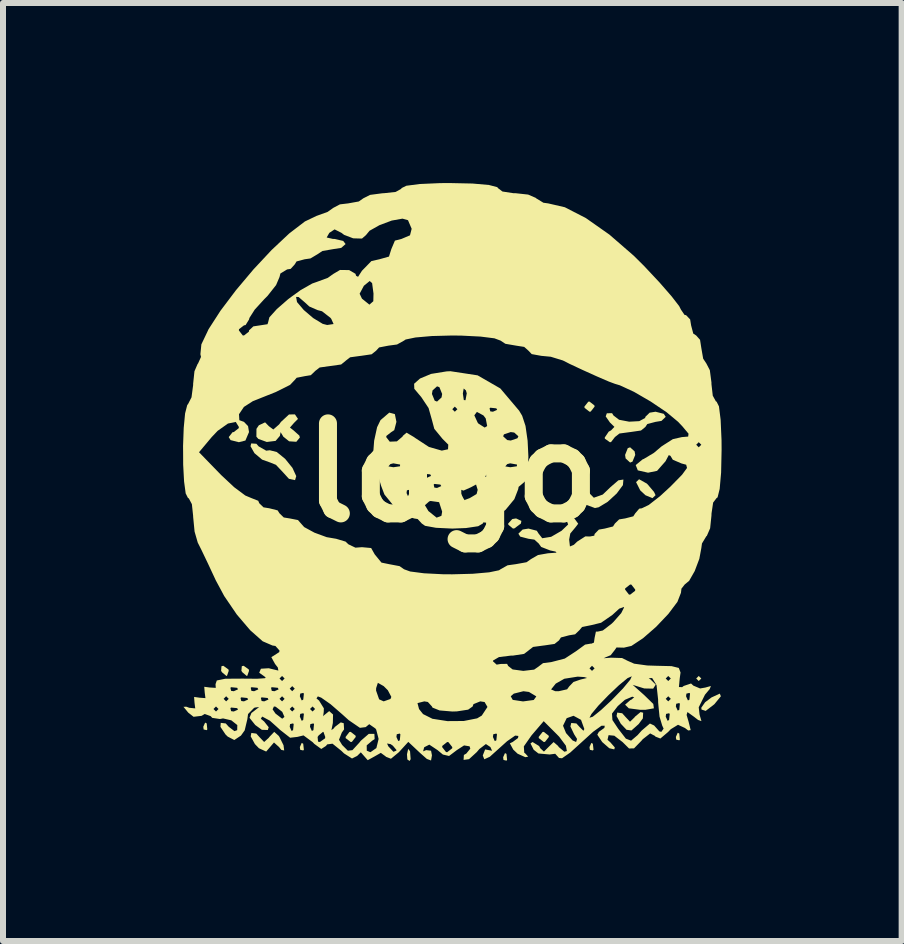
<source format=kicad_pcb>
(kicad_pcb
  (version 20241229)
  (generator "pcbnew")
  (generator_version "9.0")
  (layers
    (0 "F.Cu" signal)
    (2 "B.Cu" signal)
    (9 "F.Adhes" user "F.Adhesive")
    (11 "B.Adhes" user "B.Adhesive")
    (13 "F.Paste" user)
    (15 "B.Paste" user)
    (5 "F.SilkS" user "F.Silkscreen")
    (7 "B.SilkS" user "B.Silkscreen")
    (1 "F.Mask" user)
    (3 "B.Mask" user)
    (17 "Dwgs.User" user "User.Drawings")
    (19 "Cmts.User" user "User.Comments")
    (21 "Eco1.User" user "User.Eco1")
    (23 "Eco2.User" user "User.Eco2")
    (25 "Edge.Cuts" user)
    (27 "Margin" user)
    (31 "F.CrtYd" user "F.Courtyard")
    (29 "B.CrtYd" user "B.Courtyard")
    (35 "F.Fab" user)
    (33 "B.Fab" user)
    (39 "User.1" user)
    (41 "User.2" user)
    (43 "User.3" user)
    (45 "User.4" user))
  (footprint "logo"
    (layer "F.Cu")
    (at 4.486 4.826)
    (property "Reference" "logo" (at 0 0 0) (layer "F.SilkS") (effects (font (size 1.5 1.5) (thickness 0.3))))
    (attr board_only exclude_from_pos_files exclude_from_bom)
    (fp_poly (pts (xy 4.149 3.429) (xy 4.106 3.471) (xy 4.064 3.429) (xy 4.106 3.387)) (stroke (width 0) (type solid)) (fill yes) (layer "F.SilkS"))
    (fp_poly (pts (xy -4.092 4.177) (xy -4.082 4.277) (xy -4.092 4.29) (xy -4.143 4.278) (xy -4.149 4.233) (xy -4.118 4.164)) (stroke (width 0) (type solid)) (fill yes) (layer "F.SilkS"))
    (fp_poly (pts (xy -2.484 4.516) (xy -2.473 4.616) (xy -2.484 4.628) (xy -2.534 4.617) (xy -2.54 4.572) (xy -2.509 4.502)) (stroke (width 0) (type solid)) (fill yes) (layer "F.SilkS"))
    (fp_poly (pts (xy -0.704 4.641) (xy -0.694 4.773) (xy -0.711 4.803) (xy -0.749 4.778) (xy -0.755 4.692) (xy -0.735 4.602)) (stroke (width 0) (type solid)) (fill yes) (layer "F.SilkS"))
    (fp_poly (pts (xy 0.903 4.685) (xy 0.913 4.785) (xy 0.903 4.798) (xy 0.853 4.786) (xy 0.847 4.741) (xy 0.878 4.672)) (stroke (width 0) (type solid)) (fill yes) (layer "F.SilkS"))
    (fp_poly (pts (xy 2.342 4.516) (xy 2.353 4.616) (xy 2.342 4.628) (xy 2.292 4.617) (xy 2.286 4.572) (xy 2.317 4.502)) (stroke (width 0) (type solid)) (fill yes) (layer "F.SilkS"))
    (fp_poly (pts (xy 3.782 4.346) (xy 3.792 4.447) (xy 3.782 4.459) (xy 3.731 4.447) (xy 3.725 4.403) (xy 3.756 4.333)) (stroke (width 0) (type solid)) (fill yes) (layer "F.SilkS"))
    (fp_poly (pts (xy -3.729 3.279) (xy -3.725 3.302) (xy -3.754 3.384) (xy -3.763 3.387) (xy -3.835 3.327) (xy -3.852 3.302) (xy -3.846 3.224) (xy -3.815 3.217)) (stroke (width 0) (type solid)) (fill yes) (layer "F.SilkS"))
    (fp_poly (pts (xy -3.39 3.279) (xy -3.387 3.302) (xy -3.416 3.384) (xy -3.424 3.387) (xy -3.496 3.327) (xy -3.514 3.302) (xy -3.507 3.224) (xy -3.476 3.217)) (stroke (width 0) (type solid)) (fill yes) (layer "F.SilkS"))
    (fp_poly (pts (xy -1.611 4.382) (xy -1.609 4.403) (xy -1.673 4.485) (xy -1.693 4.487) (xy -1.776 4.423) (xy -1.778 4.403) (xy -1.714 4.32) (xy -1.693 4.318)) (stroke (width 0) (type solid)) (fill yes) (layer "F.SilkS"))
    (fp_poly (pts (xy 1.151 0.803) (xy 1.143 0.847) (xy 1.035 0.928) (xy 1.011 0.931) (xy 0.934 0.867) (xy 0.931 0.847) (xy 1 0.772) (xy 1.063 0.762)) (stroke (width 0) (type solid)) (fill yes) (layer "F.SilkS"))
    (fp_poly (pts (xy 1.606 4.382) (xy 1.609 4.403) (xy 1.544 4.485) (xy 1.524 4.487) (xy 1.442 4.423) (xy 1.439 4.403) (xy 1.504 4.32) (xy 1.524 4.318)) (stroke (width 0) (type solid)) (fill yes) (layer "F.SilkS"))
    (fp_poly (pts (xy 2.368 -1.121) (xy 2.371 -1.101) (xy 2.306 -1.018) (xy 2.286 -1.016) (xy 2.204 -1.08) (xy 2.201 -1.101) (xy 2.266 -1.183) (xy 2.286 -1.185)) (stroke (width 0) (type solid)) (fill yes) (layer "F.SilkS"))
    (fp_poly (pts (xy 3.038 -0.355) (xy 3.048 -0.296) (xy 3.002 -0.184) (xy 2.963 -0.169) (xy 2.888 -0.238) (xy 2.879 -0.296) (xy 2.924 -0.409) (xy 2.963 -0.423)) (stroke (width 0) (type solid)) (fill yes) (layer "F.SilkS"))
    (fp_poly (pts (xy 4.475 3.725) (xy 4.366 3.858) (xy 4.222 3.969) (xy 4.152 3.946) (xy 4.149 3.915) (xy 4.212 3.825) (xy 4.318 3.745) (xy 4.457 3.681)) (stroke (width 0) (type solid)) (fill yes) (layer "F.SilkS"))
    (fp_poly (pts (xy 3.241 0.181) (xy 3.256 0.196) (xy 3.361 0.32) (xy 3.387 0.375) (xy 3.335 0.424) (xy 3.219 0.376) (xy 3.131 0.294) (xy 3.062 0.157) (xy 3.112 0.109)) (stroke (width 0) (type solid)) (fill yes) (layer "F.SilkS"))
    (fp_poly (pts (xy 3.18 3.999) (xy 3.175 4.094) (xy 3.106 4.187) (xy 2.985 4.295) (xy 2.902 4.283) (xy 2.807 4.182) (xy 2.737 4.055) (xy 2.748 3.997) (xy 2.831 4.008) (xy 2.883 4.066) (xy 2.961 4.149) (xy 3.036 4.077) (xy 3.043 4.066) (xy 3.137 3.988)) (stroke (width 0) (type solid)) (fill yes) (layer "F.SilkS"))
    (fp_poly (pts (xy 2.843 0.207) (xy 2.74 0.346) (xy 2.589 0.485) (xy 2.439 0.576) (xy 2.377 0.589) (xy 2.209 0.527) (xy 2.139 0.467) (xy 2.078 0.351) (xy 2.134 0.286) (xy 2.241 0.286) (xy 2.267 0.324) (xy 2.358 0.417) (xy 2.507 0.364) (xy 2.636 0.24) (xy 2.767 0.127) (xy 2.851 0.114)) (stroke (width 0) (type solid)) (fill yes) (layer "F.SilkS"))
    (fp_poly (pts (xy -3.264 -0.482) (xy -3.227 -0.439) (xy -3.101 -0.367) (xy -3.041 -0.374) (xy -2.925 -0.345) (xy -2.785 -0.231) (xy -2.663 -0.08) (xy -2.6 0.057) (xy -2.62 0.124) (xy -2.722 0.102) (xy -2.812 0.003) (xy -2.938 -0.131) (xy -3.032 -0.169) (xy -3.169 -0.218) (xy -3.297 -0.326) (xy -3.362 -0.441) (xy -3.35 -0.488)) (stroke (width 0) (type solid)) (fill yes) (layer "F.SilkS"))
    (fp_poly (pts (xy -2.892 4.385) (xy -2.88 4.403) (xy -2.812 4.541) (xy -2.801 4.628) (xy -2.848 4.619) (xy -2.886 4.572) (xy -2.971 4.495) (xy -3.019 4.551) (xy -3.101 4.646) (xy -3.222 4.591) (xy -3.289 4.521) (xy -3.359 4.393) (xy -3.348 4.336) (xy -3.265 4.347) (xy -3.213 4.405) (xy -3.135 4.487) (xy -3.058 4.417) (xy -3.048 4.403) (xy -2.967 4.318)) (stroke (width 0) (type solid)) (fill yes) (layer "F.SilkS"))
    (fp_poly (pts (xy -2.571 -0.896) (xy -2.637 -0.83) (xy -2.705 -0.752) (xy -2.646 -0.706) (xy -2.548 -0.618) (xy -2.54 -0.586) (xy -2.599 -0.515) (xy -2.719 -0.523) (xy -2.817 -0.602) (xy -2.823 -0.614) (xy -2.861 -0.676) (xy -2.872 -0.614) (xy -2.944 -0.53) (xy -3.091 -0.512) (xy -3.231 -0.563) (xy -3.264 -0.6) (xy -3.263 -0.731) (xy -3.223 -0.79) (xy -3.119 -0.839) (xy -3.055 -0.774) (xy -2.982 -0.72) (xy -2.886 -0.804) (xy -2.854 -0.847) (xy -2.721 -0.97) (xy -2.622 -0.972)) (stroke (width 0) (type solid)) (fill yes) (layer "F.SilkS"))
    (fp_poly (pts (xy 3.524 -0.981) (xy 3.556 -0.931) (xy 3.485 -0.863) (xy 3.387 -0.847) (xy 3.249 -0.811) (xy 3.217 -0.762) (xy 3.144 -0.703) (xy 2.966 -0.677) (xy 2.963 -0.677) (xy 2.785 -0.653) (xy 2.709 -0.594) (xy 2.709 -0.593) (xy 2.645 -0.51) (xy 2.625 -0.508) (xy 2.542 -0.567) (xy 2.54 -0.586) (xy 2.606 -0.684) (xy 2.646 -0.706) (xy 2.701 -0.764) (xy 2.627 -0.836) (xy 2.556 -0.938) (xy 2.575 -0.99) (xy 2.662 -0.992) (xy 2.686 -0.953) (xy 2.779 -0.882) (xy 2.947 -0.85) (xy 3.116 -0.859) (xy 3.213 -0.912) (xy 3.217 -0.931) (xy 3.288 -1) (xy 3.387 -1.016)) (stroke (width 0) (type solid)) (fill yes) (layer "F.SilkS"))
    (fp_poly (pts (xy 0.422 -1.622) (xy 0.8 -1.404) (xy 1.114 -1.033) (xy 1.164 -0.949) (xy 1.22 -0.779) (xy 1.255 -0.533) (xy 1.268 -0.265) (xy 1.258 -0.025) (xy 1.223 0.134) (xy 1.185 0.169) (xy 1.105 0.236) (xy 1.098 0.275) (xy 1.034 0.441) (xy 0.888 0.618) (xy 0.722 0.74) (xy 0.643 0.762) (xy 0.525 0.805) (xy 0.508 0.847) (xy 0.431 0.892) (xy 0.229 0.922) (xy 0 0.931) (xy -0.271 0.918) (xy -0.454 0.885) (xy -0.508 0.847) (xy -0.577 0.772) (xy -0.639 0.762) (xy -0.798 0.698) (xy -0.982 0.546) (xy -0.985 0.542) (xy -0.456 0.542) (xy -0.398 0.639) (xy -0.261 0.749) (xy -0.181 0.718) (xy -0.169 0.649) (xy -0.22 0.491) (xy -0.362 0.471) (xy -0.386 0.479) (xy -0.456 0.542) (xy -0.985 0.542) (xy -1.13 0.364) (xy -1.14 0.339) (xy -0.762 0.339) (xy -0.731 0.408) (xy -0.706 0.395) (xy -0.703 0.369) (xy 0.038 0.369) (xy 0.044 0.509) (xy 0.098 0.627) (xy 0.215 0.743) (xy 0.244 0.718) (xy 0.212 0.593) (xy 0.206 0.455) (xy 0.291 0.423) (xy 0.362 0.381) (xy 0.677 0.381) (xy 0.72 0.423) (xy 0.762 0.381) (xy 0.72 0.339) (xy 0.677 0.381) (xy 0.362 0.381) (xy 0.405 0.355) (xy 0.423 0.286) (xy 0.396 0.197) (xy 0.31 0.243) (xy 0.187 0.298) (xy 0.142 0.283) (xy 0.073 0.274) (xy 0.038 0.369) (xy -0.703 0.369) (xy -0.695 0.295) (xy -0.706 0.282) (xy -0.756 0.294) (xy -0.762 0.339) (xy -1.14 0.339) (xy -1.185 0.221) (xy -1.188 0.212) (xy -0.593 0.212) (xy -0.55 0.254) (xy -0.508 0.212) (xy -0.522 0.198) (xy -0.31 0.198) (xy -0.299 0.248) (xy -0.254 0.254) (xy -0.184 0.223) (xy -0.198 0.198) (xy -0.298 0.187) (xy -0.31 0.198) (xy -0.522 0.198) (xy -0.55 0.169) (xy -0.593 0.212) (xy -1.188 0.212) (xy -1.227 0.08) (xy -1.257 0.05) (xy -1.267 0.028) (xy -0.48 0.028) (xy -0.468 0.079) (xy -0.423 0.085) (xy -0.378 0.064) (xy 0.545 0.064) (xy 0.628 0.078) (xy 0.738 0.062) (xy 0.739 0.034) (xy 0.626 0.013) (xy 0.577 0.027) (xy 0.545 0.064) (xy -0.378 0.064) (xy -0.354 0.054) (xy -0.367 0.028) (xy -0.467 0.018) (xy -0.48 0.028) (xy -1.267 0.028) (xy -1.308 -0.065) (xy -1.31 -0.105) (xy -1.064 -0.105) (xy -0.981 -0.091) (xy -0.871 -0.107) (xy -0.87 -0.136) (xy -0.899 -0.141) (xy -0.649 -0.141) (xy -0.637 -0.091) (xy -0.593 -0.085) (xy -0.547 -0.105) (xy 0.883 -0.105) (xy 0.967 -0.091) (xy 1.076 -0.107) (xy 1.078 -0.136) (xy 0.964 -0.156) (xy 0.915 -0.143) (xy 0.883 -0.105) (xy -0.547 -0.105) (xy -0.523 -0.116) (xy -0.536 -0.141) (xy -0.637 -0.151) (xy -0.649 -0.141) (xy -0.899 -0.141) (xy -0.983 -0.156) (xy -1.032 -0.143) (xy -1.064 -0.105) (xy -1.31 -0.105) (xy -1.321 -0.28) (xy -1.319 -0.31) (xy 0.621 -0.31) (xy 0.633 -0.26) (xy 0.677 -0.254) (xy 0.747 -0.285) (xy 0.734 -0.31) (xy 0.633 -0.321) (xy 0.621 -0.31) (xy -1.319 -0.31) (xy -1.302 -0.533) (xy -1.253 -0.758) (xy -1.196 -0.876) (xy -1.05 -1.001) (xy -0.957 -0.976) (xy -0.931 -0.847) (xy -0.967 -0.709) (xy -1.016 -0.677) (xy -1.098 -0.613) (xy -1.101 -0.593) (xy -1.042 -0.517) (xy -0.923 -0.522) (xy -0.829 -0.602) (xy -0.824 -0.614) (xy -0.762 -0.667) (xy -0.634 -0.591) (xy -0.626 -0.584) (xy -0.389 -0.429) (xy -0.175 -0.368) (xy -0.071 -0.39) (xy -0.067 -0.468) (xy -0.163 -0.564) (xy -0.198 -0.607) (xy 0.847 -0.607) (xy 0.915 -0.544) (xy 0.974 -0.536) (xy 1.086 -0.574) (xy 1.101 -0.607) (xy 1.032 -0.669) (xy 0.974 -0.677) (xy 0.861 -0.639) (xy 0.847 -0.607) (xy -0.198 -0.607) (xy -0.3 -0.731) (xy -0.339 -0.878) (xy -0.361 -0.956) (xy 0.367 -0.956) (xy 0.423 -0.834) (xy 0.436 -0.818) (xy 0.54 -0.752) (xy 0.581 -0.778) (xy 0.557 -0.904) (xy 0.519 -0.954) (xy 0.41 -1.013) (xy 0.367 -0.956) (xy -0.361 -0.956) (xy -0.39 -1.058) (xy 0 -1.058) (xy 0.042 -1.016) (xy 0.085 -1.058) (xy 0.071 -1.072) (xy 0.621 -1.072) (xy 0.633 -1.022) (xy 0.677 -1.016) (xy 0.747 -1.047) (xy 0.734 -1.072) (xy 0.633 -1.083) (xy 0.621 -1.072) (xy 0.071 -1.072) (xy 0.042 -1.101) (xy 0 -1.058) (xy -0.39 -1.058) (xy -0.395 -1.077) (xy -0.517 -1.26) (xy -0.561 -1.312) (xy -0.339 -1.312) (xy -0.293 -1.2) (xy -0.254 -1.185) (xy -0.179 -1.254) (xy -0.169 -1.312) (xy -0.172 -1.319) (xy 0.176 -1.319) (xy 0.192 -1.21) (xy 0.22 -1.208) (xy 0.241 -1.322) (xy 0.227 -1.371) (xy 0.19 -1.403) (xy 0.176 -1.319) (xy -0.172 -1.319) (xy -0.215 -1.425) (xy -0.254 -1.439) (xy -0.329 -1.371) (xy -0.339 -1.312) (xy -0.561 -1.312) (xy -0.633 -1.398) (xy -0.636 -1.482) (xy -0.538 -1.569) (xy -0.354 -1.646) (xy -0.095 -1.688) (xy -0.031 -1.691)) (stroke (width 0) (type solid)) (fill yes) (layer "F.SilkS"))
    (fp_poly (pts (xy 0.337 -4.818) (xy 0.61 -4.794) (xy 0.749 -4.758) (xy 0.762 -4.741) (xy 0.836 -4.685) (xy 1.019 -4.657) (xy 1.053 -4.657) (xy 1.264 -4.634) (xy 1.391 -4.579) (xy 1.397 -4.572) (xy 1.518 -4.498) (xy 1.598 -4.487) (xy 1.875 -4.423) (xy 2.225 -4.243) (xy 2.618 -3.967) (xy 3.026 -3.613) (xy 3.196 -3.444) (xy 3.451 -3.172) (xy 3.654 -2.939) (xy 3.78 -2.776) (xy 3.81 -2.717) (xy 3.87 -2.629) (xy 3.895 -2.625) (xy 3.963 -2.554) (xy 3.979 -2.455) (xy 4.015 -2.318) (xy 4.064 -2.286) (xy 4.128 -2.214) (xy 4.149 -2.079) (xy 4.18 -1.9) (xy 4.233 -1.82) (xy 4.291 -1.708) (xy 4.318 -1.503) (xy 4.318 -1.477) (xy 4.34 -1.283) (xy 4.393 -1.187) (xy 4.403 -1.185) (xy 4.443 -1.105) (xy 4.471 -0.882) (xy 4.486 -0.541) (xy 4.487 -0.381) (xy 4.479 -0.002) (xy 4.455 0.271) (xy 4.42 0.411) (xy 4.403 0.423) (xy 4.346 0.498) (xy 4.319 0.68) (xy 4.318 0.715) (xy 4.296 0.926) (xy 4.241 1.053) (xy 4.233 1.058) (xy 4.16 1.179) (xy 4.149 1.258) (xy 4.116 1.435) (xy 4.039 1.639) (xy 3.946 1.802) (xy 3.873 1.862) (xy 3.818 1.932) (xy 3.81 2.001) (xy 3.751 2.152) (xy 3.6 2.353) (xy 3.396 2.568) (xy 3.178 2.758) (xy 2.985 2.886) (xy 2.86 2.915) (xy 2.736 2.912) (xy 2.709 2.952) (xy 2.639 3.041) (xy 2.561 3.073) (xy 2.523 3.091) (xy 2.633 3.083) (xy 2.643 3.082) (xy 2.829 3.088) (xy 2.923 3.135) (xy 3.03 3.182) (xy 3.248 3.212) (xy 3.402 3.217) (xy 3.653 3.223) (xy 3.774 3.253) (xy 3.803 3.329) (xy 3.789 3.43) (xy 3.776 3.571) (xy 3.83 3.573) (xy 3.856 3.553) (xy 3.978 3.512) (xy 4.017 3.548) (xy 4.129 3.595) (xy 4.215 3.58) (xy 4.309 3.554) (xy 4.289 3.605) (xy 4.21 3.699) (xy 4.106 3.909) (xy 4.12 4.031) (xy 4.151 4.139) (xy 4.096 4.12) (xy 4.025 4.065) (xy 3.918 3.988) (xy 3.904 4.036) (xy 3.937 4.149) (xy 3.972 4.289) (xy 3.931 4.295) (xy 3.877 4.254) (xy 3.761 4.2) (xy 3.64 4.274) (xy 3.596 4.32) (xy 3.467 4.429) (xy 3.384 4.397) (xy 3.377 4.386) (xy 3.297 4.344) (xy 3.173 4.441) (xy 3.15 4.468) (xy 3.028 4.593) (xy 2.945 4.595) (xy 2.837 4.488) (xy 2.699 4.382) (xy 2.604 4.373) (xy 2.586 4.45) (xy 2.634 4.493) (xy 2.708 4.578) (xy 2.699 4.61) (xy 2.616 4.591) (xy 2.498 4.488) (xy 2.416 4.365) (xy 2.442 4.318) (xy 2.534 4.252) (xy 2.54 4.216) (xy 2.486 4.216) (xy 2.346 4.317) (xy 2.159 4.487) (xy 1.965 4.663) (xy 1.828 4.758) (xy 1.778 4.753) (xy 1.715 4.683) (xy 1.621 4.695) (xy 1.435 4.678) (xy 1.356 4.616) (xy 1.303 4.511) (xy 1.337 4.487) (xy 1.446 4.554) (xy 1.468 4.593) (xy 1.527 4.647) (xy 1.602 4.572) (xy 1.688 4.488) (xy 1.763 4.553) (xy 1.773 4.57) (xy 1.867 4.649) (xy 1.909 4.638) (xy 1.893 4.549) (xy 1.781 4.399) (xy 1.744 4.361) (xy 1.599 4.216) (xy 1.845 4.216) (xy 1.895 4.338) (xy 2.003 4.46) (xy 2.063 4.487) (xy 2.079 4.436) (xy 2.03 4.358) (xy 1.968 4.228) (xy 1.982 4.17) (xy 2.068 4.178) (xy 2.12 4.236) (xy 2.185 4.3) (xy 2.2 4.271) (xy 2.145 4.118) (xy 2.081 4.083) (xy 2.286 4.083) (xy 2.34 4.066) (xy 2.405 4.014) (xy 2.661 4.014) (xy 2.668 4.121) (xy 2.765 4.267) (xy 2.892 4.431) (xy 2.979 4.465) (xy 3.087 4.373) (xy 3.155 4.297) (xy 3.293 4.179) (xy 3.363 4.212) (xy 3.45 4.31) (xy 3.483 4.318) (xy 3.521 4.264) (xy 3.497 4.212) (xy 3.453 4.064) (xy 3.556 4.064) (xy 3.587 4.134) (xy 3.612 4.12) (xy 3.623 4.02) (xy 3.612 4.008) (xy 3.562 4.019) (xy 3.556 4.064) (xy 3.453 4.064) (xy 3.453 4.063) (xy 3.436 3.895) (xy 3.725 3.895) (xy 3.756 3.964) (xy 3.782 3.951) (xy 3.792 3.851) (xy 3.782 3.838) (xy 3.731 3.85) (xy 3.725 3.895) (xy 3.436 3.895) (xy 3.43 3.829) (xy 3.429 3.775) (xy 3.428 3.768) (xy 3.556 3.768) (xy 3.598 3.81) (xy 3.641 3.768) (xy 3.598 3.725) (xy 3.895 3.725) (xy 3.926 3.795) (xy 3.951 3.782) (xy 3.961 3.681) (xy 3.951 3.669) (xy 3.901 3.681) (xy 3.895 3.725) (xy 3.598 3.725) (xy 3.556 3.768) (xy 3.428 3.768) (xy 3.403 3.539) (xy 3.335 3.429) (xy 3.556 3.429) (xy 3.598 3.471) (xy 3.641 3.429) (xy 3.598 3.387) (xy 3.556 3.429) (xy 3.335 3.429) (xy 3.333 3.425) (xy 3.321 3.421) (xy 3.272 3.425) (xy 3.3 3.442) (xy 3.39 3.531) (xy 3.347 3.598) (xy 3.202 3.595) (xy 3.196 3.594) (xy 3.006 3.535) (xy 3.196 3.704) (xy 3.349 3.853) (xy 3.359 3.926) (xy 3.221 3.95) (xy 3.133 3.951) (xy 2.941 3.926) (xy 2.879 3.865) (xy 2.966 3.789) (xy 2.985 3.781) (xy 3.031 3.741) (xy 2.998 3.732) (xy 2.876 3.784) (xy 2.757 3.889) (xy 2.661 4.014) (xy 2.405 4.014) (xy 2.48 3.953) (xy 2.654 3.791) (xy 2.843 3.596) (xy 2.964 3.45) (xy 2.991 3.392) (xy 2.92 3.423) (xy 2.777 3.541) (xy 2.602 3.707) (xy 2.435 3.88) (xy 2.318 4.021) (xy 2.286 4.083) (xy 2.081 4.083) (xy 2.02 4.05) (xy 1.906 4.09) (xy 1.845 4.216) (xy 1.599 4.216) (xy 1.523 4.14) (xy 1.32 4.377) (xy 1.192 4.56) (xy 1.199 4.665) (xy 1.214 4.676) (xy 1.265 4.731) (xy 1.217 4.74) (xy 1.088 4.682) (xy 1.016 4.614) (xy 0.959 4.509) (xy 1.006 4.487) (xy 1.095 4.421) (xy 1.101 4.386) (xy 1.048 4.38) (xy 0.913 4.474) (xy 0.804 4.572) (xy 0.625 4.733) (xy 0.533 4.775) (xy 0.508 4.711) (xy 0.547 4.611) (xy 0.606 4.622) (xy 0.663 4.633) (xy 0.635 4.571) (xy 0.56 4.521) (xy 0.451 4.604) (xy 0.408 4.655) (xy 0.279 4.773) (xy 0.189 4.785) (xy 0.188 4.784) (xy 0.193 4.703) (xy 0.233 4.68) (xy 0.3 4.598) (xy 0.288 4.559) (xy 0.196 4.544) (xy 0.076 4.622) (xy -0.054 4.72) (xy -0.157 4.696) (xy -0.246 4.622) (xy -0.321 4.572) (xy -0.169 4.572) (xy -0.105 4.654) (xy -0.085 4.657) (xy -0.002 4.592) (xy 0 4.572) (xy -0.064 4.49) (xy -0.085 4.487) (xy -0.167 4.552) (xy -0.169 4.572) (xy -0.321 4.572) (xy -0.383 4.531) (xy -0.467 4.574) (xy -0.47 4.58) (xy -0.486 4.643) (xy -0.436 4.622) (xy -0.354 4.632) (xy -0.339 4.709) (xy -0.354 4.795) (xy -0.424 4.769) (xy -0.536 4.67) (xy -0.733 4.485) (xy -0.89 4.657) (xy -1.022 4.766) (xy -1.106 4.733) (xy -1.109 4.728) (xy -1.191 4.668) (xy -1.298 4.729) (xy -1.409 4.79) (xy -1.467 4.724) (xy -1.524 4.659) (xy -1.585 4.719) (xy -1.671 4.762) (xy -1.804 4.677) (xy -1.848 4.634) (xy -1.996 4.515) (xy -2.085 4.527) (xy -2.105 4.553) (xy -2.183 4.603) (xy -2.3 4.518) (xy -2.326 4.49) (xy -2.444 4.403) (xy -2.244 4.403) (xy -2.237 4.481) (xy -2.206 4.487) (xy -2.12 4.426) (xy -2.117 4.403) (xy -2.146 4.32) (xy -2.154 4.318) (xy -2.226 4.377) (xy -2.244 4.403) (xy -2.444 4.403) (xy -2.479 4.377) (xy -2.581 4.402) (xy -2.702 4.416) (xy -2.872 4.283) (xy -2.88 4.275) (xy -2.926 4.233) (xy -2.709 4.233) (xy -2.678 4.303) (xy -2.653 4.29) (xy -2.647 4.233) (xy -2.371 4.233) (xy -2.34 4.303) (xy -2.314 4.29) (xy -2.304 4.189) (xy -2.314 4.177) (xy -2.365 4.189) (xy -2.371 4.233) (xy -2.647 4.233) (xy -2.643 4.189) (xy -2.653 4.177) (xy -2.703 4.189) (xy -2.709 4.233) (xy -2.926 4.233) (xy -3.039 4.132) (xy -3.161 4.066) (xy -3.169 4.065) (xy -3.19 4.1) (xy -3.135 4.145) (xy -3.059 4.241) (xy -3.074 4.287) (xy -3.173 4.284) (xy -3.283 4.204) (xy -3.379 4.084) (xy -3.347 4.004) (xy -3.302 3.97) (xy -3.268 3.943) (xy -2.994 3.943) (xy -2.946 4.013) (xy -2.834 4.099) (xy -2.796 4.069) (xy -2.799 4.064) (xy -2.54 4.064) (xy -2.509 4.134) (xy -2.484 4.12) (xy -2.473 4.02) (xy -2.484 4.008) (xy -2.534 4.019) (xy -2.54 4.064) (xy -2.799 4.064) (xy -2.833 3.985) (xy -2.894 3.937) (xy -2.709 3.937) (xy -2.667 3.979) (xy -2.625 3.937) (xy -2.371 3.937) (xy -2.328 3.979) (xy -2.286 3.937) (xy -2.328 3.895) (xy -2.371 3.937) (xy -2.625 3.937) (xy -2.667 3.895) (xy -2.709 3.937) (xy -2.894 3.937) (xy -2.943 3.899) (xy -2.972 3.895) (xy -2.994 3.943) (xy -3.268 3.943) (xy -3.218 3.905) (xy -3.276 3.911) (xy -3.302 3.918) (xy -3.403 4.021) (xy -3.415 4.108) (xy -3.459 4.293) (xy -3.521 4.38) (xy -3.632 4.454) (xy -3.742 4.397) (xy -3.778 4.362) (xy -3.863 4.235) (xy -3.858 4.168) (xy -3.774 4.178) (xy -3.725 4.233) (xy -3.63 4.306) (xy -3.584 4.29) (xy -3.582 4.205) (xy -3.682 4.126) (xy -3.82 4.094) (xy -3.871 4.104) (xy -4 4.085) (xy -4.026 4.056) (xy -4.125 4.02) (xy -4.177 4.051) (xy -4.311 4.067) (xy -4.4 3.997) (xy -4.449 3.937) (xy -3.979 3.937) (xy -3.937 3.979) (xy -3.895 3.937) (xy -3.909 3.923) (xy -3.697 3.923) (xy -3.685 3.973) (xy -3.641 3.979) (xy -3.571 3.948) (xy -3.584 3.923) (xy -3.685 3.913) (xy -3.697 3.923) (xy -3.909 3.923) (xy -3.937 3.895) (xy -3.979 3.937) (xy -4.449 3.937) (xy -4.479 3.901) (xy -4.431 3.899) (xy -4.383 3.917) (xy -4.283 3.927) (xy -4.295 3.833) (xy -4.3 3.768) (xy -3.81 3.768) (xy -3.768 3.81) (xy -3.725 3.768) (xy -3.739 3.754) (xy -3.528 3.754) (xy -3.516 3.804) (xy -3.471 3.81) (xy -3.402 3.779) (xy -3.415 3.754) (xy -3.189 3.754) (xy -3.177 3.804) (xy -3.133 3.81) (xy -3.063 3.779) (xy -3.069 3.768) (xy -2.879 3.768) (xy -2.836 3.81) (xy -2.794 3.768) (xy -2.836 3.725) (xy -2.54 3.725) (xy -2.509 3.795) (xy -2.484 3.782) (xy -2.481 3.761) (xy -2.263 3.761) (xy -2.22 3.797) (xy -2.14 3.926) (xy -2.142 3.986) (xy -2.152 4.058) (xy -2.138 4.043) (xy -2.051 3.972) (xy -1.987 4.029) (xy -1.99 4.17) (xy -2.014 4.289) (xy -1.974 4.26) (xy -1.957 4.236) (xy -1.858 4.16) (xy -1.809 4.174) (xy -1.803 4.277) (xy -1.841 4.33) (xy -1.888 4.45) (xy -1.835 4.537) (xy -1.74 4.632) (xy -1.664 4.623) (xy -1.55 4.499) (xy -1.524 4.466) (xy -1.391 4.351) (xy -1.298 4.351) (xy -1.294 4.439) (xy -1.333 4.464) (xy -1.426 4.543) (xy -1.425 4.632) (xy -1.364 4.657) (xy -1.265 4.588) (xy -1.246 4.512) (xy -1.087 4.512) (xy -1.066 4.559) (xy -0.981 4.65) (xy -0.932 4.631) (xy -0.931 4.619) (xy -0.991 4.548) (xy -1.029 4.522) (xy -1.087 4.512) (xy -1.246 4.512) (xy -1.228 4.436) (xy -1.236 4.403) (xy -0.931 4.403) (xy -0.9 4.472) (xy -0.875 4.459) (xy -0.869 4.403) (xy 0.677 4.403) (xy 0.708 4.472) (xy 0.734 4.459) (xy 0.744 4.359) (xy 0.734 4.346) (xy 0.683 4.358) (xy 0.677 4.403) (xy -0.869 4.403) (xy -0.865 4.359) (xy -0.875 4.346) (xy -0.925 4.358) (xy -0.931 4.403) (xy -1.236 4.403) (xy -1.268 4.28) (xy -1.282 4.261) (xy -1.384 4.19) (xy -1.443 4.239) (xy -1.539 4.251) (xy -1.726 4.123) (xy -1.828 4.031) (xy -2.027 3.858) (xy -2.054 3.839) (xy -0.58 3.839) (xy -0.554 3.938) (xy -0.487 4.022) (xy -0.331 4.1) (xy -0.081 4.139) (xy 0.191 4.137) (xy 0.414 4.093) (xy 0.491 4.047) (xy 0.586 3.903) (xy 0.538 3.821) (xy 0.466 3.81) (xy 0.353 3.856) (xy 0.339 3.895) (xy 0.264 3.948) (xy 0.076 3.977) (xy 0 3.979) (xy -0.212 3.961) (xy -0.33 3.914) (xy -0.339 3.895) (xy -0.407 3.82) (xy -0.466 3.81) (xy -0.58 3.839) (xy -2.054 3.839) (xy -2.184 3.748) (xy -2.24 3.727) (xy -2.263 3.761) (xy -2.481 3.761) (xy -2.473 3.681) (xy -2.484 3.669) (xy -2.534 3.681) (xy -2.54 3.725) (xy -2.836 3.725) (xy -2.879 3.768) (xy -3.069 3.768) (xy -3.076 3.754) (xy -3.177 3.743) (xy -3.189 3.754) (xy -3.415 3.754) (xy -3.515 3.743) (xy -3.528 3.754) (xy -3.739 3.754) (xy -3.768 3.725) (xy -3.81 3.768) (xy -4.3 3.768) (xy -4.302 3.736) (xy -4.21 3.749) (xy -4.113 3.756) (xy -4.125 3.664) (xy -4.133 3.567) (xy -4.041 3.579) (xy -3.941 3.585) (xy -3.941 3.584) (xy -3.697 3.584) (xy -3.685 3.635) (xy -3.641 3.641) (xy -3.571 3.61) (xy -3.584 3.584) (xy -3.358 3.584) (xy -3.347 3.635) (xy -3.302 3.641) (xy -3.232 3.61) (xy -3.246 3.584) (xy -3.02 3.584) (xy -3.008 3.635) (xy -2.963 3.641) (xy -2.894 3.61) (xy -2.9 3.598) (xy -2.709 3.598) (xy -2.667 3.641) (xy -2.657 3.63) (xy -1.27 3.63) (xy -1.219 3.776) (xy -1.143 3.81) (xy -1.03 3.77) (xy -1.016 3.736) (xy -1.021 3.725) (xy 0.974 3.725) (xy 1.007 3.785) (xy 1.173 3.81) (xy 1.185 3.81) (xy 1.357 3.787) (xy 1.399 3.729) (xy 1.397 3.725) (xy 1.277 3.653) (xy 1.185 3.641) (xy 1.025 3.681) (xy 0.974 3.725) (xy -1.021 3.725) (xy -1.074 3.625) (xy -1.088 3.611) (xy 1.646 3.611) (xy 1.714 3.64) (xy 1.772 3.641) (xy 1.913 3.609) (xy 1.947 3.562) (xy 2.019 3.487) (xy 2.138 3.446) (xy 2.246 3.42) (xy 2.198 3.405) (xy 2.089 3.398) (xy 1.867 3.433) (xy 1.724 3.514) (xy 1.646 3.611) (xy -1.088 3.611) (xy -1.143 3.556) (xy -1.24 3.501) (xy -1.269 3.589) (xy -1.27 3.63) (xy -2.657 3.63) (xy -2.625 3.598) (xy -2.667 3.556) (xy -2.709 3.598) (xy -2.9 3.598) (xy -2.907 3.584) (xy -3.007 3.574) (xy -3.02 3.584) (xy -3.246 3.584) (xy -3.346 3.574) (xy -3.358 3.584) (xy -3.584 3.584) (xy -3.685 3.574) (xy -3.697 3.584) (xy -3.941 3.584) (xy -3.945 3.524) (xy -3.924 3.462) (xy -3.783 3.433) (xy -3.498 3.431) (xy -3.496 3.431) (xy -3.254 3.433) (xy -3.187 3.429) (xy -2.879 3.429) (xy -2.836 3.471) (xy -2.794 3.429) (xy -2.836 3.387) (xy -2.879 3.429) (xy -3.187 3.429) (xy -3.118 3.424) (xy -3.111 3.409) (xy -3.217 3.333) (xy -3.189 3.266) (xy -3.058 3.258) (xy -3.027 3.266) (xy -2.898 3.297) (xy -2.907 3.246) (xy -2.953 3.187) (xy -2.978 3.142) (xy 0.677 3.142) (xy 0.739 3.198) (xy 0.804 3.187) (xy 0.913 3.185) (xy 0.931 3.22) (xy 1.005 3.278) (xy 1.182 3.302) (xy 1.185 3.302) (xy 1.364 3.281) (xy 1.394 3.26) (xy 2.286 3.26) (xy 2.328 3.302) (xy 2.371 3.26) (xy 2.328 3.217) (xy 2.286 3.26) (xy 1.394 3.26) (xy 1.439 3.229) (xy 1.439 3.228) (xy 1.512 3.173) (xy 1.655 3.154) (xy 1.874 3.097) (xy 2.064 2.973) (xy 2.213 2.864) (xy 2.311 2.847) (xy 2.313 2.85) (xy 2.36 2.831) (xy 2.371 2.752) (xy 2.393 2.647) (xy 2.422 2.648) (xy 2.508 2.629) (xy 2.655 2.516) (xy 2.685 2.487) (xy 2.815 2.339) (xy 2.862 2.245) (xy 2.859 2.238) (xy 2.782 2.265) (xy 2.667 2.37) (xy 2.479 2.5) (xy 2.315 2.54) (xy 2.162 2.571) (xy 2.117 2.625) (xy 2.046 2.693) (xy 1.947 2.709) (xy 1.81 2.745) (xy 1.778 2.794) (xy 1.704 2.853) (xy 1.527 2.879) (xy 1.524 2.879) (xy 1.346 2.903) (xy 1.27 2.962) (xy 1.27 2.963) (xy 1.196 3.019) (xy 1.013 3.047) (xy 0.974 3.048) (xy 0.778 3.072) (xy 0.68 3.129) (xy 0.677 3.142) (xy -2.978 3.142) (xy -3.015 3.073) (xy -2.974 3.048) (xy -2.883 2.989) (xy -2.879 2.963) (xy -2.947 2.887) (xy -2.997 2.879) (xy -3.159 2.809) (xy -3.367 2.625) (xy -3.591 2.362) (xy -3.801 2.054) (xy -3.858 1.947) (xy 2.879 1.947) (xy 2.943 2.03) (xy 2.963 2.032) (xy 3.046 1.968) (xy 3.048 1.947) (xy 2.984 1.865) (xy 2.963 1.863) (xy 2.881 1.927) (xy 2.879 1.947) (xy -3.858 1.947) (xy -3.94 1.795) (xy -4.071 1.514) (xy -4.183 1.28) (xy -4.241 1.165) (xy -4.294 0.981) (xy -4.318 0.734) (xy -4.318 0.721) (xy -4.339 0.524) (xy -4.391 0.426) (xy -4.403 0.423) (xy -4.442 0.346) (xy -4.469 0.146) (xy -4.484 -0.133) (xy -4.485 -0.341) (xy -4.22 -0.341) (xy -3.849 0.041) (xy -3.634 0.242) (xy -3.449 0.38) (xy -3.347 0.423) (xy -3.233 0.468) (xy -3.217 0.508) (xy -3.146 0.577) (xy -3.048 0.593) (xy -2.91 0.628) (xy -2.879 0.677) (xy -2.808 0.746) (xy -2.709 0.762) (xy -2.571 0.789) (xy -2.539 0.826) (xy -2.468 0.906) (xy -2.297 0.999) (xy -2.093 1.074) (xy -1.935 1.101) (xy -1.778 1.148) (xy -1.731 1.193) (xy -1.614 1.249) (xy -1.505 1.241) (xy -1.352 1.255) (xy -1.293 1.36) (xy -1.18 1.498) (xy -1.053 1.524) (xy -0.878 1.557) (xy -0.804 1.609) (xy -0.702 1.646) (xy -0.471 1.676) (xy -0.155 1.692) (xy 0 1.693) (xy 0.341 1.684) (xy 0.614 1.66) (xy 0.778 1.626) (xy 0.804 1.609) (xy 0.921 1.543) (xy 1.058 1.524) (xy 1.236 1.492) (xy 1.312 1.439) (xy 1.428 1.372) (xy 1.592 1.343) (xy 1.737 1.332) (xy 1.72 1.314) (xy 1.63 1.295) (xy 1.481 1.237) (xy 1.439 1.179) (xy 1.368 1.115) (xy 1.27 1.101) (xy 1.132 1.065) (xy 1.101 1.016) (xy 1.172 0.947) (xy 1.27 0.931) (xy 1.408 0.967) (xy 1.439 1.016) (xy 1.499 1.092) (xy 1.647 1.068) (xy 1.82 0.968) (xy 1.93 0.863) (xy 1.904 0.79) (xy 1.865 0.763) (xy 1.786 0.672) (xy 1.798 0.63) (xy 1.892 0.638) (xy 2.006 0.724) (xy 2.098 0.85) (xy 2.052 0.91) (xy 1.966 1.013) (xy 1.947 1.114) (xy 1.96 1.229) (xy 2.026 1.201) (xy 2.081 1.148) (xy 2.217 1.061) (xy 2.293 1.063) (xy 2.366 1.049) (xy 2.371 1.021) (xy 2.442 0.948) (xy 2.54 0.931) (xy 2.678 0.896) (xy 2.709 0.847) (xy 2.78 0.778) (xy 2.879 0.762) (xy 3.016 0.727) (xy 3.048 0.677) (xy 3.115 0.599) (xy 3.158 0.593) (xy 3.274 0.537) (xy 3.46 0.392) (xy 3.633 0.233) (xy 3.828 0.034) (xy 3.911 -0.079) (xy 3.897 -0.133) (xy 3.819 -0.154) (xy 3.674 -0.216) (xy 3.635 -0.281) (xy 3.607 -0.293) (xy 3.553 -0.191) (xy 3.412 -0.031) (xy 3.262 0) (xy 3.091 -0.039) (xy 3.056 -0.127) (xy 3.171 -0.222) (xy 3.19 -0.229) (xy 3.36 -0.331) (xy 3.486 -0.438) (xy 3.529 -0.466) (xy 4.064 -0.466) (xy 4.106 -0.423) (xy 4.149 -0.466) (xy 4.106 -0.508) (xy 4.064 -0.466) (xy 3.529 -0.466) (xy 3.675 -0.559) (xy 3.824 -0.593) (xy 3.93 -0.602) (xy 3.936 -0.65) (xy 3.834 -0.772) (xy 3.761 -0.849) (xy 3.571 -1.007) (xy 3.307 -1.185) (xy 3.028 -1.347) (xy 2.792 -1.456) (xy 2.709 -1.481) (xy 2.607 -1.519) (xy 2.41 -1.604) (xy 2.173 -1.711) (xy 1.955 -1.813) (xy 1.843 -1.87) (xy 1.641 -1.932) (xy 1.483 -1.947) (xy 1.323 -1.976) (xy 1.27 -2.032) (xy 1.198 -2.096) (xy 1.063 -2.117) (xy 0.884 -2.148) (xy 0.804 -2.201) (xy 0.702 -2.239) (xy 0.471 -2.268) (xy 0.155 -2.284) (xy 0 -2.286) (xy -0.341 -2.277) (xy -0.614 -2.253) (xy -0.778 -2.219) (xy -0.804 -2.201) (xy -0.921 -2.136) (xy -1.063 -2.117) (xy -1.22 -2.087) (xy -1.27 -2.032) (xy -1.344 -1.973) (xy -1.521 -1.947) (xy -1.524 -1.947) (xy -1.702 -1.923) (xy -1.778 -1.864) (xy -1.778 -1.863) (xy -1.852 -1.803) (xy -2.029 -1.778) (xy -2.032 -1.778) (xy -2.21 -1.753) (xy -2.286 -1.694) (xy -2.286 -1.693) (xy -2.357 -1.625) (xy -2.455 -1.609) (xy -2.593 -1.582) (xy -2.625 -1.545) (xy -2.703 -1.463) (xy -2.941 -1.344) (xy -3.323 -1.192) (xy -3.472 -1.096) (xy -3.554 -0.974) (xy -3.548 -0.875) (xy -3.471 -0.847) (xy -3.403 -0.776) (xy -3.387 -0.677) (xy -3.447 -0.536) (xy -3.556 -0.508) (xy -3.694 -0.543) (xy -3.725 -0.593) (xy -3.661 -0.675) (xy -3.641 -0.677) (xy -3.558 -0.742) (xy -3.556 -0.762) (xy -3.608 -0.846) (xy -3.738 -0.819) (xy -3.909 -0.698) (xy -4.008 -0.594) (xy -4.22 -0.341) (xy -4.485 -0.341) (xy -4.486 -0.445) (xy -4.475 -0.745) (xy -4.452 -0.988) (xy -4.416 -1.128) (xy -4.403 -1.143) (xy -4.345 -1.256) (xy -4.318 -1.46) (xy -4.318 -1.482) (xy -4.296 -1.69) (xy -4.243 -1.813) (xy -4.237 -1.818) (xy -4.187 -1.929) (xy -4.197 -1.974) (xy -4.181 -2.138) (xy -4.07 -2.371) (xy -3.556 -2.371) (xy -3.492 -2.288) (xy -3.471 -2.286) (xy -3.389 -2.35) (xy -3.387 -2.371) (xy -3.315 -2.438) (xy -3.203 -2.455) (xy -3.079 -2.474) (xy -3.069 -2.504) (xy -3.048 -2.588) (xy -2.923 -2.727) (xy -2.736 -2.89) (xy -2.684 -2.929) (xy -2.603 -2.929) (xy -2.587 -2.843) (xy -2.475 -2.711) (xy -2.317 -2.576) (xy -2.159 -2.48) (xy -2.085 -2.461) (xy -1.978 -2.477) (xy -2.017 -2.564) (xy -2.032 -2.582) (xy -2.171 -2.69) (xy -2.244 -2.709) (xy -2.382 -2.769) (xy -2.457 -2.838) (xy -2.561 -2.927) (xy -2.603 -2.929) (xy -2.684 -2.929) (xy -2.61 -2.982) (xy -1.544 -2.982) (xy -1.505 -2.9) (xy -1.381 -2.8) (xy -1.316 -2.857) (xy -1.313 -2.985) (xy -1.336 -3.159) (xy -1.376 -3.194) (xy -1.469 -3.118) (xy -1.473 -3.115) (xy -1.544 -2.982) (xy -2.61 -2.982) (xy -2.526 -3.043) (xy -2.334 -3.152) (xy -2.26 -3.178) (xy -2.075 -3.246) (xy -1.984 -3.311) (xy -1.871 -3.378) (xy -1.719 -3.376) (xy -1.613 -3.314) (xy -1.603 -3.281) (xy -1.57 -3.264) (xy -1.505 -3.365) (xy -1.348 -3.526) (xy -1.215 -3.556) (xy -1.055 -3.601) (xy -1.016 -3.725) (xy -0.956 -3.867) (xy -0.847 -3.895) (xy -0.705 -3.955) (xy -0.677 -4.064) (xy -0.738 -4.207) (xy -0.83 -4.233) (xy -1.009 -4.201) (xy -1.214 -4.124) (xy -1.379 -4.031) (xy -1.439 -3.958) (xy -1.505 -3.901) (xy -1.651 -3.905) (xy -1.803 -3.963) (xy -1.846 -3.996) (xy -1.961 -4.054) (xy -2.049 -3.996) (xy -2.093 -3.919) (xy -1.989 -3.895) (xy -1.964 -3.895) (xy -1.818 -3.862) (xy -1.778 -3.81) (xy -1.85 -3.746) (xy -1.985 -3.725) (xy -2.164 -3.694) (xy -2.244 -3.641) (xy -2.363 -3.57) (xy -2.46 -3.556) (xy -2.595 -3.52) (xy -2.625 -3.471) (xy -2.693 -3.396) (xy -2.752 -3.387) (xy -2.864 -3.319) (xy -2.879 -3.26) (xy -2.936 -3.126) (xy -3.079 -2.945) (xy -3.133 -2.891) (xy -3.292 -2.717) (xy -3.38 -2.579) (xy -3.387 -2.552) (xy -3.444 -2.46) (xy -3.471 -2.455) (xy -3.554 -2.391) (xy -3.556 -2.371) (xy -4.07 -2.371) (xy -4.062 -2.389) (xy -3.862 -2.699) (xy -3.605 -3.04) (xy -3.313 -3.387) (xy -3.009 -3.712) (xy -2.716 -3.987) (xy -2.456 -4.186) (xy -2.264 -4.278) (xy -2.078 -4.345) (xy -1.984 -4.412) (xy -1.872 -4.471) (xy -1.736 -4.487) (xy -1.558 -4.519) (xy -1.482 -4.572) (xy -1.369 -4.629) (xy -1.164 -4.656) (xy -1.138 -4.657) (xy -0.944 -4.678) (xy -0.849 -4.731) (xy -0.847 -4.741) (xy -0.766 -4.781) (xy -0.543 -4.81) (xy -0.203 -4.825) (xy -0.042 -4.826)) (stroke (width 0) (type solid)) (fill yes) (layer "F.SilkS")))
  (gr_rect
    (start -3 -3)
    (end 11.973 12.629)
    (stroke (width 0.1) (type default))
    (fill no)
    (layer "Edge.Cuts")))
</source>
